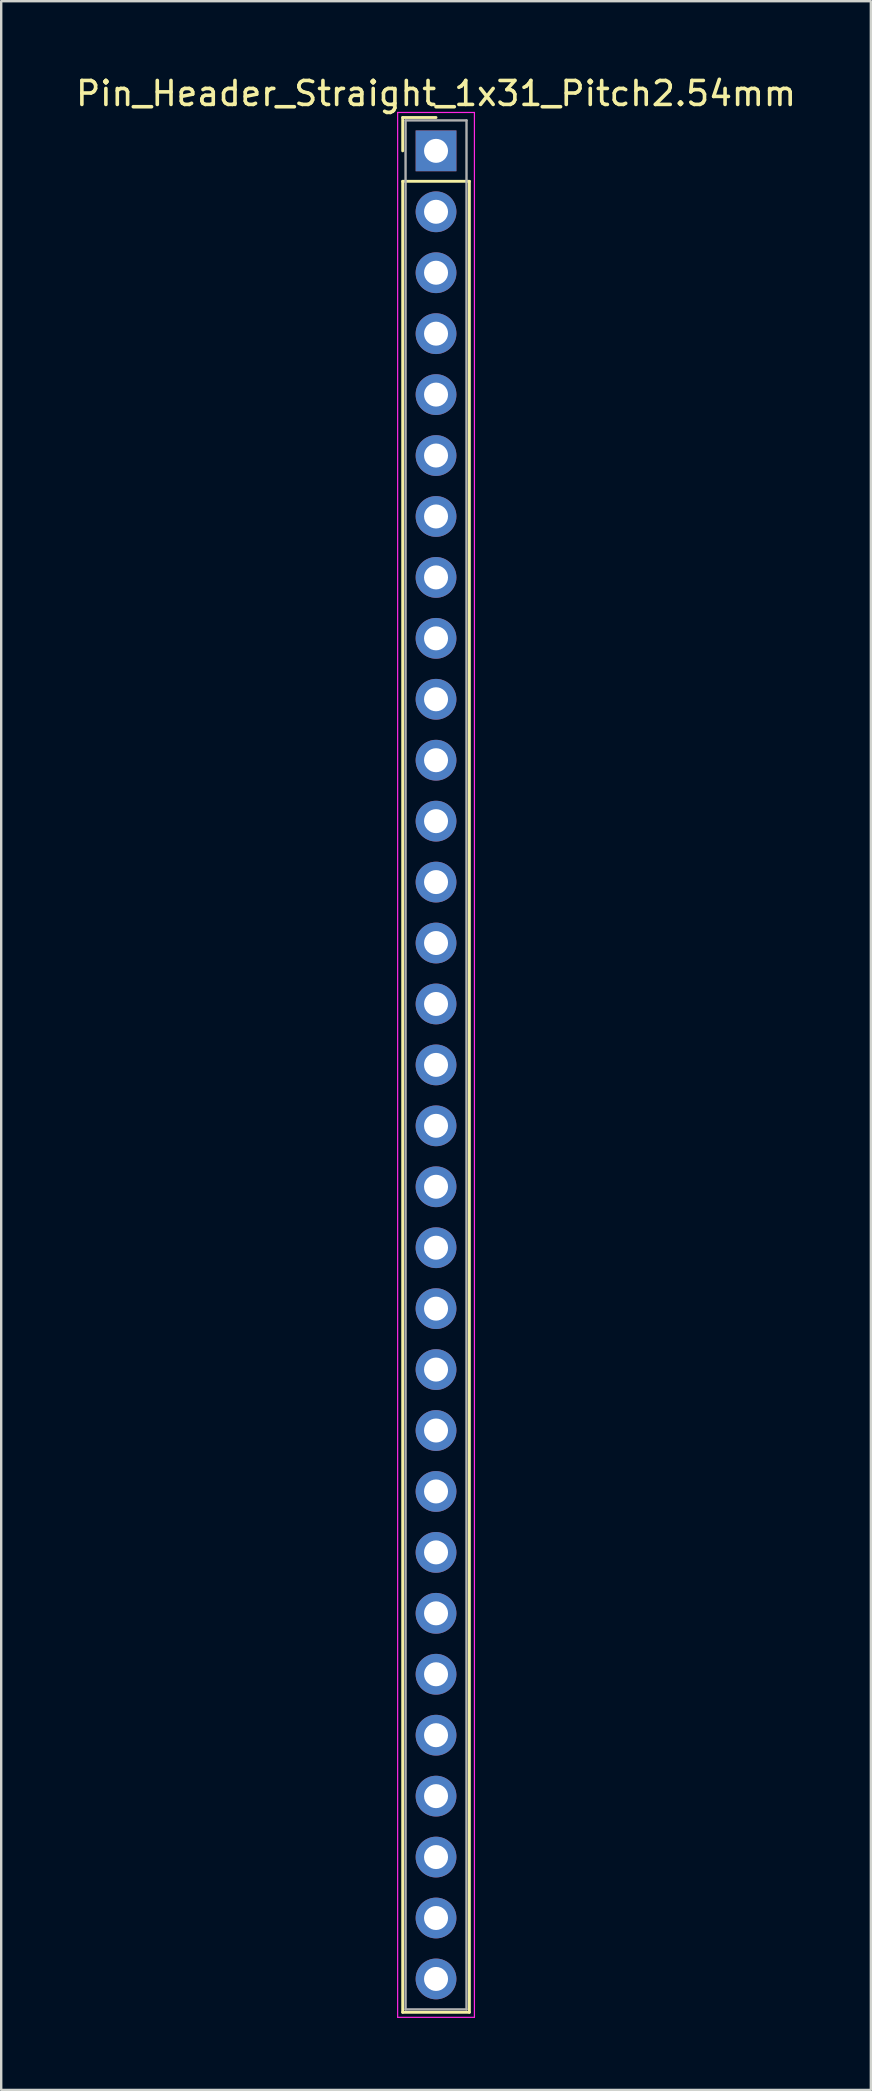
<source format=kicad_pcb>
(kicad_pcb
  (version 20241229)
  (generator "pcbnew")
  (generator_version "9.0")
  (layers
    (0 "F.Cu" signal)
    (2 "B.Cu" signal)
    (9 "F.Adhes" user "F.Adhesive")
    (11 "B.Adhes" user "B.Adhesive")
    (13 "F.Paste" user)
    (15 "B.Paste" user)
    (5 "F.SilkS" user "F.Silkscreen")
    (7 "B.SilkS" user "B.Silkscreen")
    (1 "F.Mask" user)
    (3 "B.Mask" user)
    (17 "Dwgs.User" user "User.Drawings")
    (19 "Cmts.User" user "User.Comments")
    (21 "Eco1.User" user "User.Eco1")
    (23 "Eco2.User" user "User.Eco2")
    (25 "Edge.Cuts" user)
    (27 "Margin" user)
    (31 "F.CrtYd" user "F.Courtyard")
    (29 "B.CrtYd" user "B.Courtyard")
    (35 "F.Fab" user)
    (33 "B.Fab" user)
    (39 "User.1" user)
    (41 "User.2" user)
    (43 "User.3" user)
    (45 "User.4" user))
  (footprint "Pin_Header_Straight_1x31_Pitch2.54mm"
    (layer "F.Cu")
    (at 15.125 3.238)
    (property "Reference" "Pin_Header_Straight_1x31_Pitch2.54mm" (at 0 -2.39 0) (layer "F.SilkS") (effects (font (size 1 1) (thickness 0.15))))
    (attr through_hole)
    (fp_line (start -1.39 -1.39) (end 0 -1.39) (stroke (width 0.12) (type solid)) (layer "F.SilkS"))
    (fp_line (start -1.39 0) (end -1.39 -1.39) (stroke (width 0.12) (type solid)) (layer "F.SilkS"))
    (fp_line (start -1.39 1.27) (end -1.39 77.59) (stroke (width 0.12) (type solid)) (layer "F.SilkS"))
    (fp_line (start -1.39 77.59) (end 1.39 77.59) (stroke (width 0.12) (type solid)) (layer "F.SilkS"))
    (fp_line (start 1.39 1.27) (end -1.39 1.27) (stroke (width 0.12) (type solid)) (layer "F.SilkS"))
    (fp_line (start 1.39 77.59) (end 1.39 1.27) (stroke (width 0.12) (type solid)) (layer "F.SilkS"))
    (fp_line (start -1.6 -1.6) (end -1.6 77.8) (stroke (width 0.05) (type solid)) (layer "F.CrtYd"))
    (fp_line (start -1.6 77.8) (end 1.6 77.8) (stroke (width 0.05) (type solid)) (layer "F.CrtYd"))
    (fp_line (start 1.6 -1.6) (end -1.6 -1.6) (stroke (width 0.05) (type solid)) (layer "F.CrtYd"))
    (fp_line (start 1.6 77.8) (end 1.6 -1.6) (stroke (width 0.05) (type solid)) (layer "F.CrtYd"))
    (fp_line (start -1.27 -1.27) (end -1.27 77.47) (stroke (width 0.1) (type solid)) (layer "F.Fab"))
    (fp_line (start -1.27 77.47) (end 1.27 77.47) (stroke (width 0.1) (type solid)) (layer "F.Fab"))
    (fp_line (start 1.27 -1.27) (end -1.27 -1.27) (stroke (width 0.1) (type solid)) (layer "F.Fab"))
    (fp_line (start 1.27 77.47) (end 1.27 -1.27) (stroke (width 0.1) (type solid)) (layer "F.Fab"))
    (pad "1" thru_hole rect (at 0 0) (size 1.7 1.7) (drill 1) (layers "*.Cu" "*.Mask"))
    (pad "2" thru_hole oval (at 0 2.54) (size 1.7 1.7) (drill 1) (layers "*.Cu" "*.Mask"))
    (pad "3" thru_hole oval (at 0 5.08) (size 1.7 1.7) (drill 1) (layers "*.Cu" "*.Mask"))
    (pad "4" thru_hole oval (at 0 7.62) (size 1.7 1.7) (drill 1) (layers "*.Cu" "*.Mask"))
    (pad "5" thru_hole oval (at 0 10.16) (size 1.7 1.7) (drill 1) (layers "*.Cu" "*.Mask"))
    (pad "6" thru_hole oval (at 0 12.7) (size 1.7 1.7) (drill 1) (layers "*.Cu" "*.Mask"))
    (pad "7" thru_hole oval (at 0 15.24) (size 1.7 1.7) (drill 1) (layers "*.Cu" "*.Mask"))
    (pad "8" thru_hole oval (at 0 17.78) (size 1.7 1.7) (drill 1) (layers "*.Cu" "*.Mask"))
    (pad "9" thru_hole oval (at 0 20.32) (size 1.7 1.7) (drill 1) (layers "*.Cu" "*.Mask"))
    (pad "10" thru_hole oval (at 0 22.86) (size 1.7 1.7) (drill 1) (layers "*.Cu" "*.Mask"))
    (pad "11" thru_hole oval (at 0 25.4) (size 1.7 1.7) (drill 1) (layers "*.Cu" "*.Mask"))
    (pad "12" thru_hole oval (at 0 27.94) (size 1.7 1.7) (drill 1) (layers "*.Cu" "*.Mask"))
    (pad "13" thru_hole oval (at 0 30.48) (size 1.7 1.7) (drill 1) (layers "*.Cu" "*.Mask"))
    (pad "14" thru_hole oval (at 0 33.02) (size 1.7 1.7) (drill 1) (layers "*.Cu" "*.Mask"))
    (pad "15" thru_hole oval (at 0 35.56) (size 1.7 1.7) (drill 1) (layers "*.Cu" "*.Mask"))
    (pad "16" thru_hole oval (at 0 38.1) (size 1.7 1.7) (drill 1) (layers "*.Cu" "*.Mask"))
    (pad "17" thru_hole oval (at 0 40.64) (size 1.7 1.7) (drill 1) (layers "*.Cu" "*.Mask"))
    (pad "18" thru_hole oval (at 0 43.18) (size 1.7 1.7) (drill 1) (layers "*.Cu" "*.Mask"))
    (pad "19" thru_hole oval (at 0 45.72) (size 1.7 1.7) (drill 1) (layers "*.Cu" "*.Mask"))
    (pad "20" thru_hole oval (at 0 48.26) (size 1.7 1.7) (drill 1) (layers "*.Cu" "*.Mask"))
    (pad "21" thru_hole oval (at 0 50.8) (size 1.7 1.7) (drill 1) (layers "*.Cu" "*.Mask"))
    (pad "22" thru_hole oval (at 0 53.34) (size 1.7 1.7) (drill 1) (layers "*.Cu" "*.Mask"))
    (pad "23" thru_hole oval (at 0 55.88) (size 1.7 1.7) (drill 1) (layers "*.Cu" "*.Mask"))
    (pad "24" thru_hole oval (at 0 58.42) (size 1.7 1.7) (drill 1) (layers "*.Cu" "*.Mask"))
    (pad "25" thru_hole oval (at 0 60.96) (size 1.7 1.7) (drill 1) (layers "*.Cu" "*.Mask"))
    (pad "26" thru_hole oval (at 0 63.5) (size 1.7 1.7) (drill 1) (layers "*.Cu" "*.Mask"))
    (pad "27" thru_hole oval (at 0 66.04) (size 1.7 1.7) (drill 1) (layers "*.Cu" "*.Mask"))
    (pad "28" thru_hole oval (at 0 68.58) (size 1.7 1.7) (drill 1) (layers "*.Cu" "*.Mask"))
    (pad "29" thru_hole oval (at 0 71.12) (size 1.7 1.7) (drill 1) (layers "*.Cu" "*.Mask"))
    (pad "30" thru_hole oval (at 0 73.66) (size 1.7 1.7) (drill 1) (layers "*.Cu" "*.Mask"))
    (pad "31" thru_hole oval (at 0 76.2) (size 1.7 1.7) (drill 1) (layers "*.Cu" "*.Mask")))
  (gr_rect
    (start -3 -3)
    (end 33.25 84.063)
    (stroke (width 0.1) (type default))
    (fill no)
    (layer "Edge.Cuts")))
</source>
